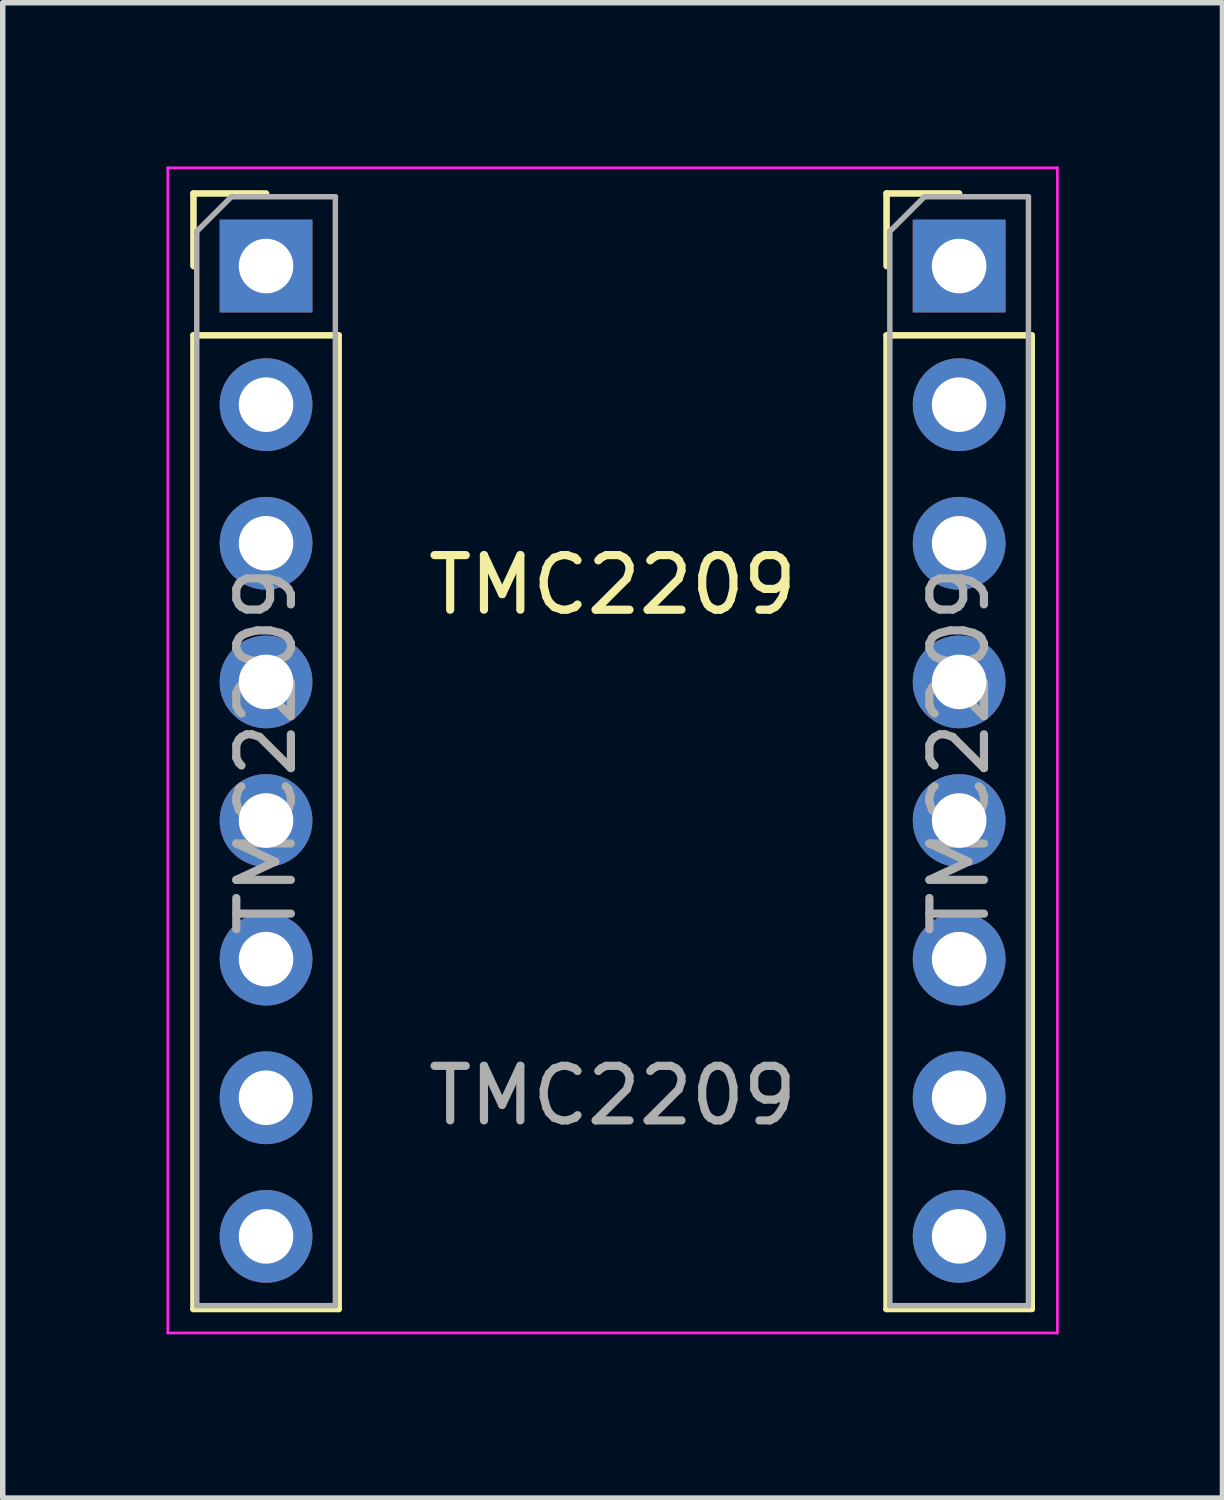
<source format=kicad_pcb>
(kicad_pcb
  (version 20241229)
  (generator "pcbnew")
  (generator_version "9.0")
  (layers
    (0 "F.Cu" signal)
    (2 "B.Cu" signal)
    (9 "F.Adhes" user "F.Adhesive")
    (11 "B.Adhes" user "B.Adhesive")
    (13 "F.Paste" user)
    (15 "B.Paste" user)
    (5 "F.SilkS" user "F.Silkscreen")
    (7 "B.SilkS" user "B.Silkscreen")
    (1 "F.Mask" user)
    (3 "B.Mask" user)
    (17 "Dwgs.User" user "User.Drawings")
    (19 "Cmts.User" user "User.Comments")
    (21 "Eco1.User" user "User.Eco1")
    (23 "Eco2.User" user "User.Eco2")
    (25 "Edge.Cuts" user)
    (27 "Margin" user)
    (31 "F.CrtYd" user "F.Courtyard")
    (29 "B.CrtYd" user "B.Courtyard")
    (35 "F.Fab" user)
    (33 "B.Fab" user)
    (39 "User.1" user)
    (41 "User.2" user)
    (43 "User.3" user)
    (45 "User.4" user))
  (footprint "TMC2209"
    (layer "F.Cu")
    (at 8.175 14.525)
    (property "Reference" "TMC2209" (at 0 -6.858 0) (unlocked yes) (layer "F.SilkS") (effects (font (size 1 1) (thickness 0.15))))
    (attr through_hole)
    (fp_line (start -7.68 -14.03) (end -6.35 -14.03) (stroke (width 0.12) (type solid)) (layer "F.SilkS"))
    (fp_line (start -7.68 -12.7) (end -7.68 -14.03) (stroke (width 0.12) (type solid)) (layer "F.SilkS"))
    (fp_line (start -7.68 -11.43) (end -7.68 6.41) (stroke (width 0.12) (type solid)) (layer "F.SilkS"))
    (fp_line (start -7.68 -11.43) (end -5.02 -11.43) (stroke (width 0.12) (type solid)) (layer "F.SilkS"))
    (fp_line (start -7.68 6.41) (end -5.02 6.41) (stroke (width 0.12) (type solid)) (layer "F.SilkS"))
    (fp_line (start -5.02 -11.43) (end -5.02 6.41) (stroke (width 0.12) (type solid)) (layer "F.SilkS"))
    (fp_line (start 5.02 -14.03) (end 6.35 -14.03) (stroke (width 0.12) (type solid)) (layer "F.SilkS"))
    (fp_line (start 5.02 -12.7) (end 5.02 -14.03) (stroke (width 0.12) (type solid)) (layer "F.SilkS"))
    (fp_line (start 5.02 -11.43) (end 5.02 6.41) (stroke (width 0.12) (type solid)) (layer "F.SilkS"))
    (fp_line (start 5.02 -11.43) (end 7.68 -11.43) (stroke (width 0.12) (type solid)) (layer "F.SilkS"))
    (fp_line (start 5.02 6.41) (end 7.68 6.41) (stroke (width 0.12) (type solid)) (layer "F.SilkS"))
    (fp_line (start 7.68 -11.43) (end 7.68 6.41) (stroke (width 0.12) (type solid)) (layer "F.SilkS"))
    (fp_line (start -8.15 -14.5) (end -8.15 6.85) (stroke (width 0.05) (type solid)) (layer "F.CrtYd"))
    (fp_line (start -8.15 6.85) (end 8.15 6.85) (stroke (width 0.05) (type solid)) (layer "F.CrtYd"))
    (fp_line (start 8.15 -14.5) (end -8.15 -14.5) (stroke (width 0.05) (type solid)) (layer "F.CrtYd"))
    (fp_line (start 8.15 6.85) (end 8.15 -14.5) (stroke (width 0.05) (type solid)) (layer "F.CrtYd"))
    (fp_line (start -7.62 -13.335) (end -6.985 -13.97) (stroke (width 0.1) (type solid)) (layer "F.Fab"))
    (fp_line (start -7.62 6.35) (end -7.62 -13.335) (stroke (width 0.1) (type solid)) (layer "F.Fab"))
    (fp_line (start -6.985 -13.97) (end -5.08 -13.97) (stroke (width 0.1) (type solid)) (layer "F.Fab"))
    (fp_line (start -5.08 -13.97) (end -5.08 6.35) (stroke (width 0.1) (type solid)) (layer "F.Fab"))
    (fp_line (start -5.08 6.35) (end -7.62 6.35) (stroke (width 0.1) (type solid)) (layer "F.Fab"))
    (fp_line (start 5.08 -13.335) (end 5.715 -13.97) (stroke (width 0.1) (type solid)) (layer "F.Fab"))
    (fp_line (start 5.08 6.35) (end 5.08 -13.335) (stroke (width 0.1) (type solid)) (layer "F.Fab"))
    (fp_line (start 5.715 -13.97) (end 7.62 -13.97) (stroke (width 0.1) (type solid)) (layer "F.Fab"))
    (fp_line (start 7.62 -13.97) (end 7.62 6.35) (stroke (width 0.1) (type solid)) (layer "F.Fab"))
    (fp_line (start 7.62 6.35) (end 5.08 6.35) (stroke (width 0.1) (type solid)) (layer "F.Fab"))
    (fp_text user "${REFERENCE}" (at 6.35 -3.81 270) (layer "F.Fab") (effects (font (size 1 1) (thickness 0.15))))
    (fp_text user "${REFERENCE}" (at 0 2.5 0) (unlocked yes) (layer "F.Fab") (effects (font (size 1 1) (thickness 0.15))))
    (fp_text user "${REFERENCE}" (at -6.35 -3.81 270) (layer "F.Fab") (effects (font (size 1 1) (thickness 0.15))))
    (pad "1" thru_hole rect (at -6.35 -12.7) (size 1.7 1.7) (drill 1) (layers "*.Cu" "*.Mask"))
    (pad "2" thru_hole oval (at -6.35 -10.16) (size 1.7 1.7) (drill 1) (layers "*.Cu" "*.Mask"))
    (pad "3" thru_hole oval (at -6.35 -7.62) (size 1.7 1.7) (drill 1) (layers "*.Cu" "*.Mask"))
    (pad "4" thru_hole oval (at -6.35 -5.08) (size 1.7 1.7) (drill 1) (layers "*.Cu" "*.Mask"))
    (pad "5" thru_hole oval (at -6.35 -2.54) (size 1.7 1.7) (drill 1) (layers "*.Cu" "*.Mask"))
    (pad "6" thru_hole oval (at -6.35 0) (size 1.7 1.7) (drill 1) (layers "*.Cu" "*.Mask"))
    (pad "7" thru_hole oval (at -6.35 2.54) (size 1.7 1.7) (drill 1) (layers "*.Cu" "*.Mask"))
    (pad "8" thru_hole oval (at -6.35 5.08) (size 1.7 1.7) (drill 1) (layers "*.Cu" "*.Mask"))
    (pad "9" thru_hole oval (at 6.35 5.08) (size 1.7 1.7) (drill 1) (layers "*.Cu" "*.Mask"))
    (pad "10" thru_hole oval (at 6.35 2.54) (size 1.7 1.7) (drill 1) (layers "*.Cu" "*.Mask"))
    (pad "11" thru_hole oval (at 6.35 0) (size 1.7 1.7) (drill 1) (layers "*.Cu" "*.Mask"))
    (pad "12" thru_hole oval (at 6.35 -2.54) (size 1.7 1.7) (drill 1) (layers "*.Cu" "*.Mask"))
    (pad "13" thru_hole oval (at 6.35 -5.08) (size 1.7 1.7) (drill 1) (layers "*.Cu" "*.Mask"))
    (pad "14" thru_hole oval (at 6.35 -7.62) (size 1.7 1.7) (drill 1) (layers "*.Cu" "*.Mask"))
    (pad "15" thru_hole oval (at 6.35 -10.16) (size 1.7 1.7) (drill 1) (layers "*.Cu" "*.Mask"))
    (pad "16" thru_hole rect (at 6.35 -12.7) (size 1.7 1.7) (drill 1) (layers "*.Cu" "*.Mask")))
  (gr_rect
    (start -3 -3)
    (end 19.35 24.4)
    (stroke (width 0.1) (type default))
    (fill no)
    (layer "Edge.Cuts")))
</source>
